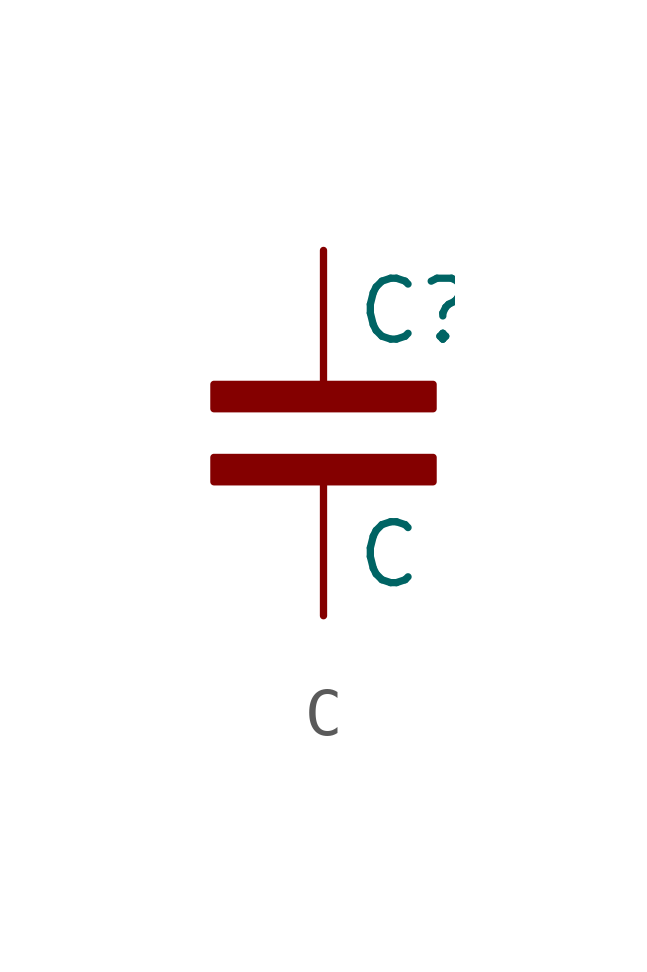
<source format=kicad_sym>
(kicad_symbol_lib
  (version 20220914)
  (generator kicad_symbol_editor)
  (symbol "C"
    (pin_numbers hide)
    (pin_names
      (offset 0.254))
    (property "Reference" "C"
      (at 0.635 2.54 0)
      (effects (font (size 1.27 1.27)) (justify left)))
    (property "Value" "C"
      (at 0.635 -2.54 0)
      (effects (font (size 1.27 1.27)) (justify left)))
    (symbol "C_1_1"
      (rectangle (start -2.286 -0.508) (end 2.286 -1.016) (stroke (width 0) (type default)) (fill (type outline)))
      (rectangle (start -2.286 1.016) (end 2.286 0.508) (stroke (width 0) (type default)) (fill (type outline)))
      (pin passive line (at 0 3.81 270) (length 2.794) (name "~" (effects (font (size 1.27 1.27)))) (number "1" (effects (font (size 1.27 1.27)))))
      (pin passive line (at 0 -3.81 90) (length 2.794) (name "~" (effects (font (size 1.27 1.27)))) (number "2" (effects (font (size 1.27 1.27))))))))
</source>
